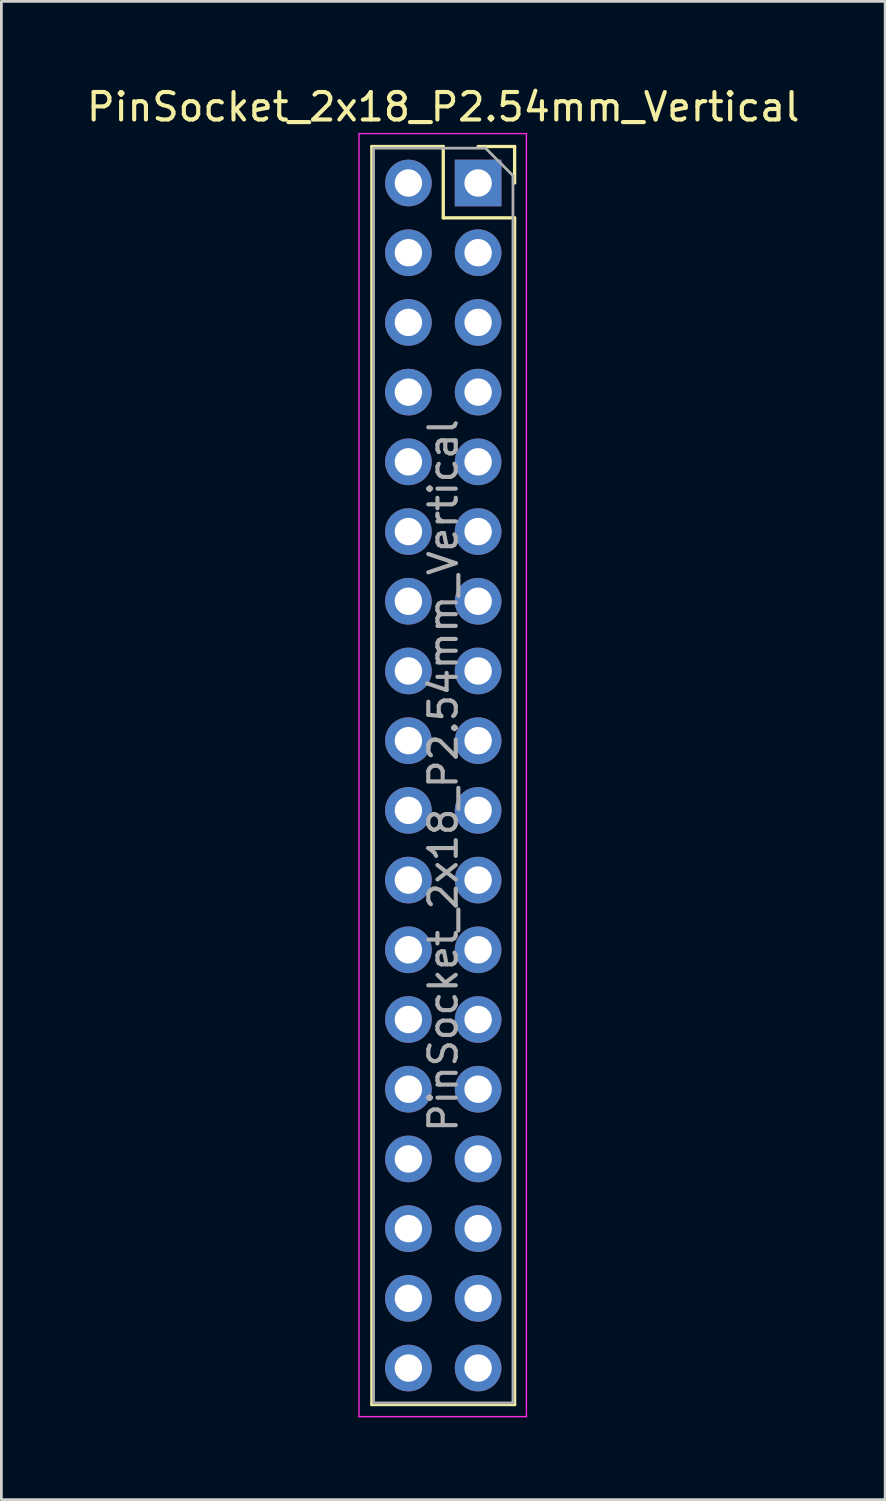
<source format=kicad_pcb>
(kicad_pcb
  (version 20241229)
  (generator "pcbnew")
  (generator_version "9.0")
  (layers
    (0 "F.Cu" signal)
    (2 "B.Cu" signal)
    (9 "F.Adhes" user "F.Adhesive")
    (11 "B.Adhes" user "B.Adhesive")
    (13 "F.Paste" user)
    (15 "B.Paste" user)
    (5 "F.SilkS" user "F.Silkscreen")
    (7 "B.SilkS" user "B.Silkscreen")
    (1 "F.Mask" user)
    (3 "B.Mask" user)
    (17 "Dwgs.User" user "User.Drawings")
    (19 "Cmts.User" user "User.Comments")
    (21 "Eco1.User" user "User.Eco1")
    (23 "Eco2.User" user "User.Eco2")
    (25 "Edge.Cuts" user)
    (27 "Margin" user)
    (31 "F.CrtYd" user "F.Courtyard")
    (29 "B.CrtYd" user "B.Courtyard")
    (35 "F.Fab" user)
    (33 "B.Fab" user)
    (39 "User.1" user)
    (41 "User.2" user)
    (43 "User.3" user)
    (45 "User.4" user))
  (footprint "PinSocket_2x18_P2.54mm_Vertical"
    (layer "F.Cu")
    (at 14.371 3.618)
    (property "Reference" "PinSocket_2x18_P2.54mm_Vertical" (at -1.27 -2.77 0) (layer "F.SilkS") (effects (font (size 1 1) (thickness 0.15))))
    (attr through_hole)
    (fp_line (start -3.87 -1.33) (end -3.87 44.51) (stroke (width 0.12) (type solid)) (layer "F.SilkS"))
    (fp_line (start -3.87 -1.33) (end -1.27 -1.33) (stroke (width 0.12) (type solid)) (layer "F.SilkS"))
    (fp_line (start -3.87 44.51) (end 1.33 44.51) (stroke (width 0.12) (type solid)) (layer "F.SilkS"))
    (fp_line (start -1.27 -1.33) (end -1.27 1.27) (stroke (width 0.12) (type solid)) (layer "F.SilkS"))
    (fp_line (start -1.27 1.27) (end 1.33 1.27) (stroke (width 0.12) (type solid)) (layer "F.SilkS"))
    (fp_line (start 0 -1.33) (end 1.33 -1.33) (stroke (width 0.12) (type solid)) (layer "F.SilkS"))
    (fp_line (start 1.33 -1.33) (end 1.33 0) (stroke (width 0.12) (type solid)) (layer "F.SilkS"))
    (fp_line (start 1.33 1.27) (end 1.33 44.51) (stroke (width 0.12) (type solid)) (layer "F.SilkS"))
    (fp_line (start -4.34 -1.8) (end 1.76 -1.8) (stroke (width 0.05) (type solid)) (layer "F.CrtYd"))
    (fp_line (start -4.34 44.95) (end -4.34 -1.8) (stroke (width 0.05) (type solid)) (layer "F.CrtYd"))
    (fp_line (start 1.76 -1.8) (end 1.76 44.95) (stroke (width 0.05) (type solid)) (layer "F.CrtYd"))
    (fp_line (start 1.76 44.95) (end -4.34 44.95) (stroke (width 0.05) (type solid)) (layer "F.CrtYd"))
    (fp_line (start -3.81 -1.27) (end 0.27 -1.27) (stroke (width 0.1) (type solid)) (layer "F.Fab"))
    (fp_line (start -3.81 44.45) (end -3.81 -1.27) (stroke (width 0.1) (type solid)) (layer "F.Fab"))
    (fp_line (start 0.27 -1.27) (end 1.27 -0.27) (stroke (width 0.1) (type solid)) (layer "F.Fab"))
    (fp_line (start 1.27 -0.27) (end 1.27 44.45) (stroke (width 0.1) (type solid)) (layer "F.Fab"))
    (fp_line (start 1.27 44.45) (end -3.81 44.45) (stroke (width 0.1) (type solid)) (layer "F.Fab"))
    (fp_text user "${REFERENCE}" (at -1.27 21.59 90) (layer "F.Fab") (effects (font (size 1 1) (thickness 0.15))))
    (pad "1" thru_hole rect (at 0 0) (size 1.7 1.7) (drill 1) (layers "*.Cu" "*.Mask"))
    (pad "2" thru_hole oval (at -2.54 0) (size 1.7 1.7) (drill 1) (layers "*.Cu" "*.Mask"))
    (pad "3" thru_hole oval (at 0 2.54) (size 1.7 1.7) (drill 1) (layers "*.Cu" "*.Mask"))
    (pad "4" thru_hole oval (at -2.54 2.54) (size 1.7 1.7) (drill 1) (layers "*.Cu" "*.Mask"))
    (pad "5" thru_hole oval (at 0 5.08) (size 1.7 1.7) (drill 1) (layers "*.Cu" "*.Mask"))
    (pad "6" thru_hole oval (at -2.54 5.08) (size 1.7 1.7) (drill 1) (layers "*.Cu" "*.Mask"))
    (pad "7" thru_hole oval (at 0 7.62) (size 1.7 1.7) (drill 1) (layers "*.Cu" "*.Mask"))
    (pad "8" thru_hole oval (at -2.54 7.62) (size 1.7 1.7) (drill 1) (layers "*.Cu" "*.Mask"))
    (pad "9" thru_hole oval (at 0 10.16) (size 1.7 1.7) (drill 1) (layers "*.Cu" "*.Mask"))
    (pad "10" thru_hole oval (at -2.54 10.16) (size 1.7 1.7) (drill 1) (layers "*.Cu" "*.Mask"))
    (pad "11" thru_hole oval (at 0 12.7) (size 1.7 1.7) (drill 1) (layers "*.Cu" "*.Mask"))
    (pad "12" thru_hole oval (at -2.54 12.7) (size 1.7 1.7) (drill 1) (layers "*.Cu" "*.Mask"))
    (pad "13" thru_hole oval (at 0 15.24) (size 1.7 1.7) (drill 1) (layers "*.Cu" "*.Mask"))
    (pad "14" thru_hole oval (at -2.54 15.24) (size 1.7 1.7) (drill 1) (layers "*.Cu" "*.Mask"))
    (pad "15" thru_hole oval (at 0 17.78) (size 1.7 1.7) (drill 1) (layers "*.Cu" "*.Mask"))
    (pad "16" thru_hole oval (at -2.54 17.78) (size 1.7 1.7) (drill 1) (layers "*.Cu" "*.Mask"))
    (pad "17" thru_hole oval (at 0 20.32) (size 1.7 1.7) (drill 1) (layers "*.Cu" "*.Mask"))
    (pad "18" thru_hole oval (at -2.54 20.32) (size 1.7 1.7) (drill 1) (layers "*.Cu" "*.Mask"))
    (pad "19" thru_hole oval (at 0 22.86) (size 1.7 1.7) (drill 1) (layers "*.Cu" "*.Mask"))
    (pad "20" thru_hole oval (at -2.54 22.86) (size 1.7 1.7) (drill 1) (layers "*.Cu" "*.Mask"))
    (pad "21" thru_hole oval (at 0 25.4) (size 1.7 1.7) (drill 1) (layers "*.Cu" "*.Mask"))
    (pad "22" thru_hole oval (at -2.54 25.4) (size 1.7 1.7) (drill 1) (layers "*.Cu" "*.Mask"))
    (pad "23" thru_hole oval (at 0 27.94) (size 1.7 1.7) (drill 1) (layers "*.Cu" "*.Mask"))
    (pad "24" thru_hole oval (at -2.54 27.94) (size 1.7 1.7) (drill 1) (layers "*.Cu" "*.Mask"))
    (pad "25" thru_hole oval (at 0 30.48) (size 1.7 1.7) (drill 1) (layers "*.Cu" "*.Mask"))
    (pad "26" thru_hole oval (at -2.54 30.48) (size 1.7 1.7) (drill 1) (layers "*.Cu" "*.Mask"))
    (pad "27" thru_hole oval (at 0 33.02) (size 1.7 1.7) (drill 1) (layers "*.Cu" "*.Mask"))
    (pad "28" thru_hole oval (at -2.54 33.02) (size 1.7 1.7) (drill 1) (layers "*.Cu" "*.Mask"))
    (pad "29" thru_hole oval (at 0 35.56) (size 1.7 1.7) (drill 1) (layers "*.Cu" "*.Mask"))
    (pad "30" thru_hole oval (at -2.54 35.56) (size 1.7 1.7) (drill 1) (layers "*.Cu" "*.Mask"))
    (pad "31" thru_hole oval (at 0 38.1) (size 1.7 1.7) (drill 1) (layers "*.Cu" "*.Mask"))
    (pad "32" thru_hole oval (at -2.54 38.1) (size 1.7 1.7) (drill 1) (layers "*.Cu" "*.Mask"))
    (pad "33" thru_hole oval (at 0 40.64) (size 1.7 1.7) (drill 1) (layers "*.Cu" "*.Mask"))
    (pad "34" thru_hole oval (at -2.54 40.64) (size 1.7 1.7) (drill 1) (layers "*.Cu" "*.Mask"))
    (pad "35" thru_hole oval (at 0 43.18) (size 1.7 1.7) (drill 1) (layers "*.Cu" "*.Mask"))
    (pad "36" thru_hole oval (at -2.54 43.18) (size 1.7 1.7) (drill 1) (layers "*.Cu" "*.Mask")))
  (gr_rect
    (start -3 -3)
    (end 29.202 51.593)
    (stroke (width 0.1) (type default))
    (fill no)
    (layer "Edge.Cuts")))
</source>
